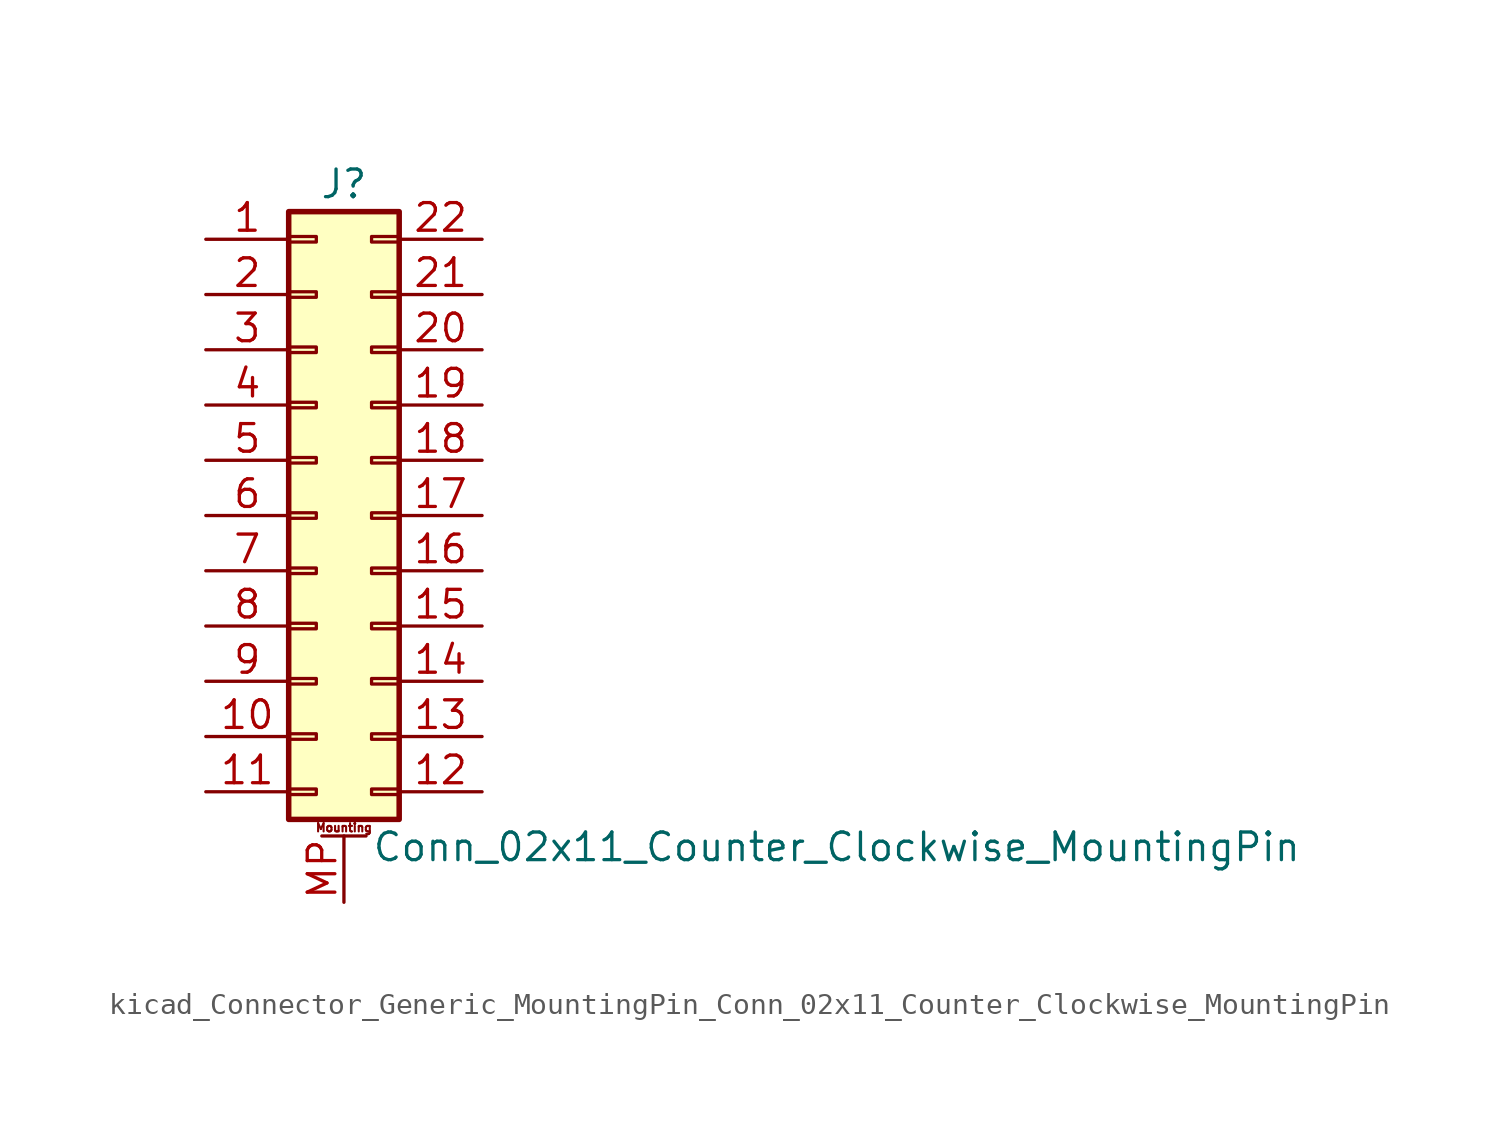
<source format=kicad_sym>
(kicad_symbol_lib
  (version 20220914)
  (generator kicad_symbol_editor)
  (symbol "kicad_Connector_Generic_MountingPin_Conn_02x11_Counter_Clockwise_MountingPin"
    (pin_names
      (offset 1.016) hide)
    (property "Reference" "J"
      (at 1.27 15.24 0)
      (effects (font (size 1.27 1.27))))
    (property "Value" "Conn_02x11_Counter_Clockwise_MountingPin"
      (at 2.54 -15.24 0)
      (effects (font (size 1.27 1.27)) (justify left)))
    (symbol "kicad_Connector_Generic_MountingPin_Conn_02x11_Counter_Clockwise_MountingPin_1_1"
      (rectangle (start -1.27 -12.573) (end 0 -12.827) (stroke (width 0.152) (type default)) (fill (type none)))
      (rectangle (start -1.27 -10.033) (end 0 -10.287) (stroke (width 0.152) (type default)) (fill (type none)))
      (rectangle (start -1.27 -7.493) (end 0 -7.747) (stroke (width 0.152) (type default)) (fill (type none)))
      (rectangle (start -1.27 -4.953) (end 0 -5.207) (stroke (width 0.152) (type default)) (fill (type none)))
      (rectangle (start -1.27 -2.413) (end 0 -2.667) (stroke (width 0.152) (type default)) (fill (type none)))
      (rectangle (start -1.27 0.127) (end 0 -0.127) (stroke (width 0.152) (type default)) (fill (type none)))
      (rectangle (start -1.27 2.667) (end 0 2.413) (stroke (width 0.152) (type default)) (fill (type none)))
      (rectangle (start -1.27 5.207) (end 0 4.953) (stroke (width 0.152) (type default)) (fill (type none)))
      (rectangle (start -1.27 7.747) (end 0 7.493) (stroke (width 0.152) (type default)) (fill (type none)))
      (rectangle (start -1.27 10.287) (end 0 10.033) (stroke (width 0.152) (type default)) (fill (type none)))
      (rectangle (start -1.27 12.827) (end 0 12.573) (stroke (width 0.152) (type default)) (fill (type none)))
      (rectangle (start -1.27 13.97) (end 3.81 -13.97) (stroke (width 0.254) (type default)) (fill (type background)))
      (polyline (pts (xy 0.254 -14.732) (xy 2.286 -14.732)) (stroke (width 0.152) (type default)) (fill (type none)))
      (rectangle (start 3.81 -12.573) (end 2.54 -12.827) (stroke (width 0.152) (type default)) (fill (type none)))
      (rectangle (start 3.81 -10.033) (end 2.54 -10.287) (stroke (width 0.152) (type default)) (fill (type none)))
      (rectangle (start 3.81 -7.493) (end 2.54 -7.747) (stroke (width 0.152) (type default)) (fill (type none)))
      (rectangle (start 3.81 -4.953) (end 2.54 -5.207) (stroke (width 0.152) (type default)) (fill (type none)))
      (rectangle (start 3.81 -2.413) (end 2.54 -2.667) (stroke (width 0.152) (type default)) (fill (type none)))
      (rectangle (start 3.81 0.127) (end 2.54 -0.127) (stroke (width 0.152) (type default)) (fill (type none)))
      (rectangle (start 3.81 2.667) (end 2.54 2.413) (stroke (width 0.152) (type default)) (fill (type none)))
      (rectangle (start 3.81 5.207) (end 2.54 4.953) (stroke (width 0.152) (type default)) (fill (type none)))
      (rectangle (start 3.81 7.747) (end 2.54 7.493) (stroke (width 0.152) (type default)) (fill (type none)))
      (rectangle (start 3.81 10.287) (end 2.54 10.033) (stroke (width 0.152) (type default)) (fill (type none)))
      (rectangle (start 3.81 12.827) (end 2.54 12.573) (stroke (width 0.152) (type default)) (fill (type none)))
      (text "Mounting" (at 1.27 -14.351 0) (effects (font (size 0.381 0.381))))
      (pin passive line (at -5.08 12.7 0) (length 3.81) (name "Pin_1" (effects (font (size 1.27 1.27)))) (number "1" (effects (font (size 1.27 1.27)))))
      (pin passive line (at -5.08 -10.16 0) (length 3.81) (name "Pin_10" (effects (font (size 1.27 1.27)))) (number "10" (effects (font (size 1.27 1.27)))))
      (pin passive line (at -5.08 -12.7 0) (length 3.81) (name "Pin_11" (effects (font (size 1.27 1.27)))) (number "11" (effects (font (size 1.27 1.27)))))
      (pin passive line (at 7.62 -12.7 180) (length 3.81) (name "Pin_12" (effects (font (size 1.27 1.27)))) (number "12" (effects (font (size 1.27 1.27)))))
      (pin passive line (at 7.62 -10.16 180) (length 3.81) (name "Pin_13" (effects (font (size 1.27 1.27)))) (number "13" (effects (font (size 1.27 1.27)))))
      (pin passive line (at 7.62 -7.62 180) (length 3.81) (name "Pin_14" (effects (font (size 1.27 1.27)))) (number "14" (effects (font (size 1.27 1.27)))))
      (pin passive line (at 7.62 -5.08 180) (length 3.81) (name "Pin_15" (effects (font (size 1.27 1.27)))) (number "15" (effects (font (size 1.27 1.27)))))
      (pin passive line (at 7.62 -2.54 180) (length 3.81) (name "Pin_16" (effects (font (size 1.27 1.27)))) (number "16" (effects (font (size 1.27 1.27)))))
      (pin passive line (at 7.62 0 180) (length 3.81) (name "Pin_17" (effects (font (size 1.27 1.27)))) (number "17" (effects (font (size 1.27 1.27)))))
      (pin passive line (at 7.62 2.54 180) (length 3.81) (name "Pin_18" (effects (font (size 1.27 1.27)))) (number "18" (effects (font (size 1.27 1.27)))))
      (pin passive line (at 7.62 5.08 180) (length 3.81) (name "Pin_19" (effects (font (size 1.27 1.27)))) (number "19" (effects (font (size 1.27 1.27)))))
      (pin passive line (at -5.08 10.16 0) (length 3.81) (name "Pin_2" (effects (font (size 1.27 1.27)))) (number "2" (effects (font (size 1.27 1.27)))))
      (pin passive line (at 7.62 7.62 180) (length 3.81) (name "Pin_20" (effects (font (size 1.27 1.27)))) (number "20" (effects (font (size 1.27 1.27)))))
      (pin passive line (at 7.62 10.16 180) (length 3.81) (name "Pin_21" (effects (font (size 1.27 1.27)))) (number "21" (effects (font (size 1.27 1.27)))))
      (pin passive line (at 7.62 12.7 180) (length 3.81) (name "Pin_22" (effects (font (size 1.27 1.27)))) (number "22" (effects (font (size 1.27 1.27)))))
      (pin passive line (at -5.08 7.62 0) (length 3.81) (name "Pin_3" (effects (font (size 1.27 1.27)))) (number "3" (effects (font (size 1.27 1.27)))))
      (pin passive line (at -5.08 5.08 0) (length 3.81) (name "Pin_4" (effects (font (size 1.27 1.27)))) (number "4" (effects (font (size 1.27 1.27)))))
      (pin passive line (at -5.08 2.54 0) (length 3.81) (name "Pin_5" (effects (font (size 1.27 1.27)))) (number "5" (effects (font (size 1.27 1.27)))))
      (pin passive line (at -5.08 0 0) (length 3.81) (name "Pin_6" (effects (font (size 1.27 1.27)))) (number "6" (effects (font (size 1.27 1.27)))))
      (pin passive line (at -5.08 -2.54 0) (length 3.81) (name "Pin_7" (effects (font (size 1.27 1.27)))) (number "7" (effects (font (size 1.27 1.27)))))
      (pin passive line (at -5.08 -5.08 0) (length 3.81) (name "Pin_8" (effects (font (size 1.27 1.27)))) (number "8" (effects (font (size 1.27 1.27)))))
      (pin passive line (at -5.08 -7.62 0) (length 3.81) (name "Pin_9" (effects (font (size 1.27 1.27)))) (number "9" (effects (font (size 1.27 1.27)))))
      (pin passive line (at 1.27 -17.78 90) (length 3.048) (name "MountPin" (effects (font (size 1.27 1.27)))) (number "MP" (effects (font (size 1.27 1.27))))))))
</source>
